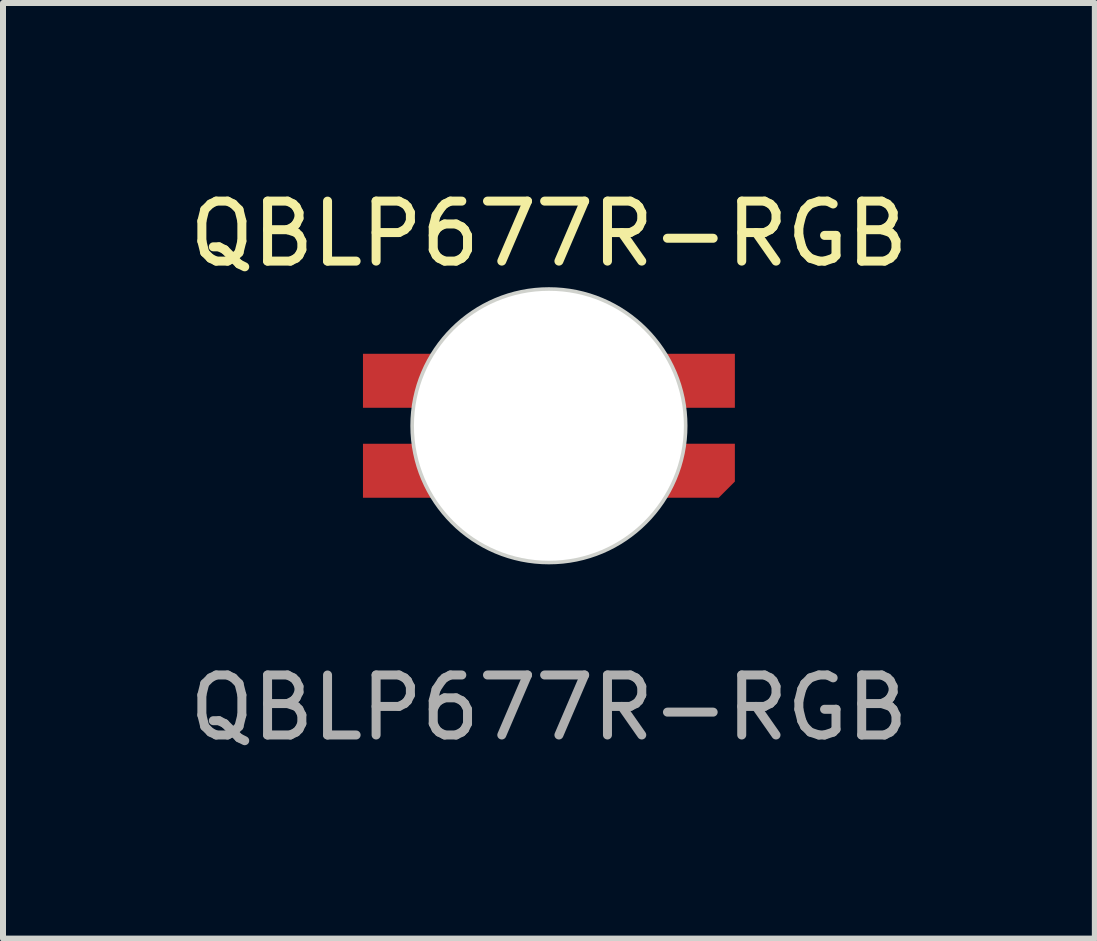
<source format=kicad_pcb>
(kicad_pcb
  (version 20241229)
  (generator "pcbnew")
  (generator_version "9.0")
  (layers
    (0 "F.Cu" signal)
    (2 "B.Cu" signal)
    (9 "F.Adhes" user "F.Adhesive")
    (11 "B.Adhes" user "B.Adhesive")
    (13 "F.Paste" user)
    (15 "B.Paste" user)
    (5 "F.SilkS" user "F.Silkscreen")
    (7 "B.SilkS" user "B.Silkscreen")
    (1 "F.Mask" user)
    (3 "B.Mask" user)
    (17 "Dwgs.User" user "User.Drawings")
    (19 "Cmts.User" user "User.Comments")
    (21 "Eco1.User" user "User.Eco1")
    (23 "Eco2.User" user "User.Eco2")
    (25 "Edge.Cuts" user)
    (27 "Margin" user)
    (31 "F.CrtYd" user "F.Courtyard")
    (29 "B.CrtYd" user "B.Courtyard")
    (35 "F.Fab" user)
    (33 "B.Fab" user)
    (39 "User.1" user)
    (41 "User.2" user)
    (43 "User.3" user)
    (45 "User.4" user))
  (footprint "QBLP677R-RGB"
    (layer "F.Cu")
    (at 6.101 4.048)
    (property "Reference" "QBLP677R-RGB" (at 0 -3.2 0) (unlocked yes) (layer "F.SilkS") (effects (font (size 1 1) (thickness 0.15))))
    (attr smd)
    (fp_circle (center 0 0) (end 2.25 0) (stroke (width 0.12) (type solid)) (fill no) (layer "Edge.Cuts"))
    (fp_text user "${REFERENCE}" (at 0 4.7 0) (unlocked yes) (layer "F.Fab") (effects (font (size 1 1) (thickness 0.15))))
    (pad "" np_thru_hole circle (at 0 0) (size 4.5 4.5) (drill 4.5) (layers "*.Cu" "*.Mask"))
    (pad "1" smd roundrect (at 2.35 0.75) (size 1.5 0.9) (layers "F.Cu" "F.Mask" "F.Paste") (roundrect_rratio 0) (chamfer_ratio 0.3) (chamfer bottom_right))
    (pad "2" smd rect (at -2.35 0.75) (size 1.5 0.9) (layers "F.Cu" "F.Mask" "F.Paste"))
    (pad "3" smd rect (at 2.35 -0.75) (size 1.5 0.9) (layers "F.Cu" "F.Mask" "F.Paste"))
    (pad "4" smd rect (at -2.35 -0.75) (size 1.5 0.9) (layers "F.Cu" "F.Mask" "F.Paste")))
  (gr_rect
    (start -3 -3)
    (end 15.202 12.597)
    (stroke (width 0.1) (type default))
    (fill no)
    (layer "Edge.Cuts")))
</source>
